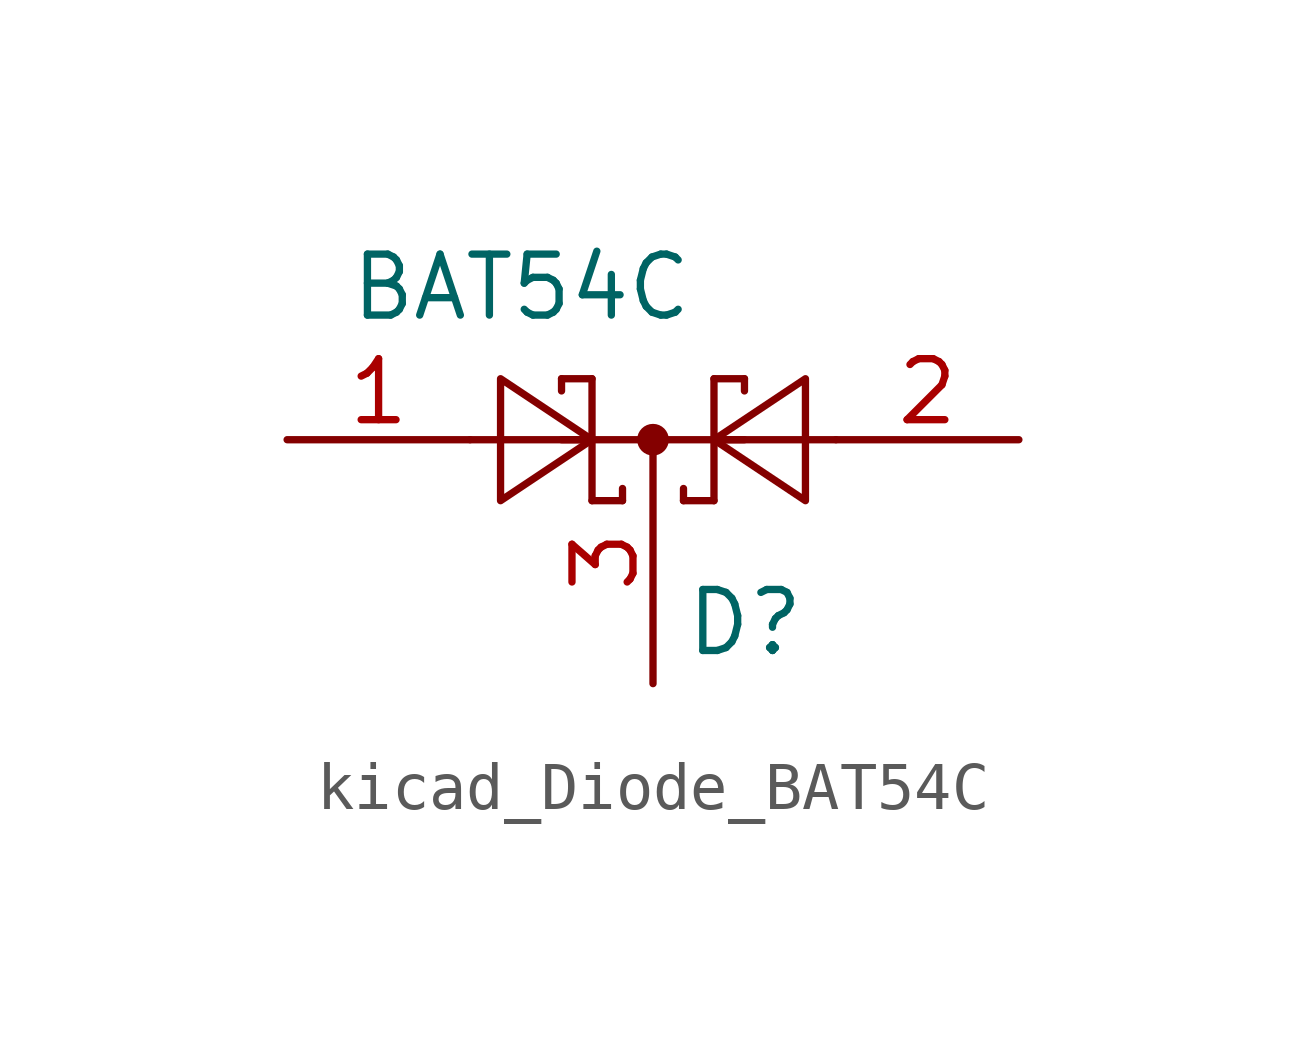
<source format=kicad_sym>
(kicad_symbol_lib
  (version 20220914)
  (generator kicad_symbol_editor)
  (symbol "kicad_Diode_BAT54C"
    (pin_names
      (offset 1.016))
    (property "Reference" "D"
      (at 0.635 -3.81 0)
      (effects (font (size 1.27 1.27)) (justify left)))
    (property "Value" "BAT54C"
      (at -6.35 3.175 0)
      (effects (font (size 1.27 1.27)) (justify left)))
    (symbol "kicad_Diode_BAT54C_0_1"
      (polyline (pts (xy -1.905 0) (xy 1.905 0)) (stroke (width 0) (type default)) (fill (type none)))
      (polyline (pts (xy -1.905 1.27) (xy -1.905 1.016)) (stroke (width 0) (type default)) (fill (type none)))
      (polyline (pts (xy -1.27 -1.27) (xy -0.635 -1.27)) (stroke (width 0) (type default)) (fill (type none)))
      (polyline (pts (xy -1.27 0) (xy -3.81 0)) (stroke (width 0) (type default)) (fill (type none)))
      (polyline (pts (xy -1.27 1.27) (xy -1.905 1.27)) (stroke (width 0) (type default)) (fill (type none)))
      (polyline (pts (xy -1.27 1.27) (xy -1.27 -1.27)) (stroke (width 0) (type default)) (fill (type none)))
      (polyline (pts (xy -0.635 -1.27) (xy -0.635 -1.016)) (stroke (width 0) (type default)) (fill (type none)))
      (polyline (pts (xy 0.635 -1.27) (xy 0.635 -1.016)) (stroke (width 0) (type default)) (fill (type none)))
      (polyline (pts (xy 1.27 -1.27) (xy 0.635 -1.27)) (stroke (width 0) (type default)) (fill (type none)))
      (polyline (pts (xy 1.27 1.27) (xy 1.27 -1.27)) (stroke (width 0) (type default)) (fill (type none)))
      (polyline (pts (xy 1.27 1.27) (xy 1.905 1.27)) (stroke (width 0) (type default)) (fill (type none)))
      (polyline (pts (xy 1.905 1.27) (xy 1.905 1.016)) (stroke (width 0) (type default)) (fill (type none)))
      (polyline (pts (xy 3.81 0) (xy 1.27 0)) (stroke (width 0) (type default)) (fill (type none)))
      (polyline (pts (xy -3.175 -1.27) (xy -3.175 1.27) (xy -1.27 0) (xy -3.175 -1.27)) (stroke (width 0) (type default)) (fill (type none)))
      (polyline (pts (xy 3.175 -1.27) (xy 3.175 1.27) (xy 1.27 0) (xy 3.175 -1.27)) (stroke (width 0) (type default)) (fill (type none)))
      (circle (center 0 0) (radius 0.254) (stroke (width 0) (type default)) (fill (type outline))))
    (symbol "kicad_Diode_BAT54C_1_1"
      (pin passive line (at -7.62 0 0) (length 3.81) (name "~" (effects (font (size 1.27 1.27)))) (number "1" (effects (font (size 1.27 1.27)))))
      (pin passive line (at 7.62 0 180) (length 3.81) (name "~" (effects (font (size 1.27 1.27)))) (number "2" (effects (font (size 1.27 1.27)))))
      (pin passive line (at 0 -5.08 90) (length 5.08) (name "~" (effects (font (size 1.27 1.27)))) (number "3" (effects (font (size 1.27 1.27))))))))
</source>
